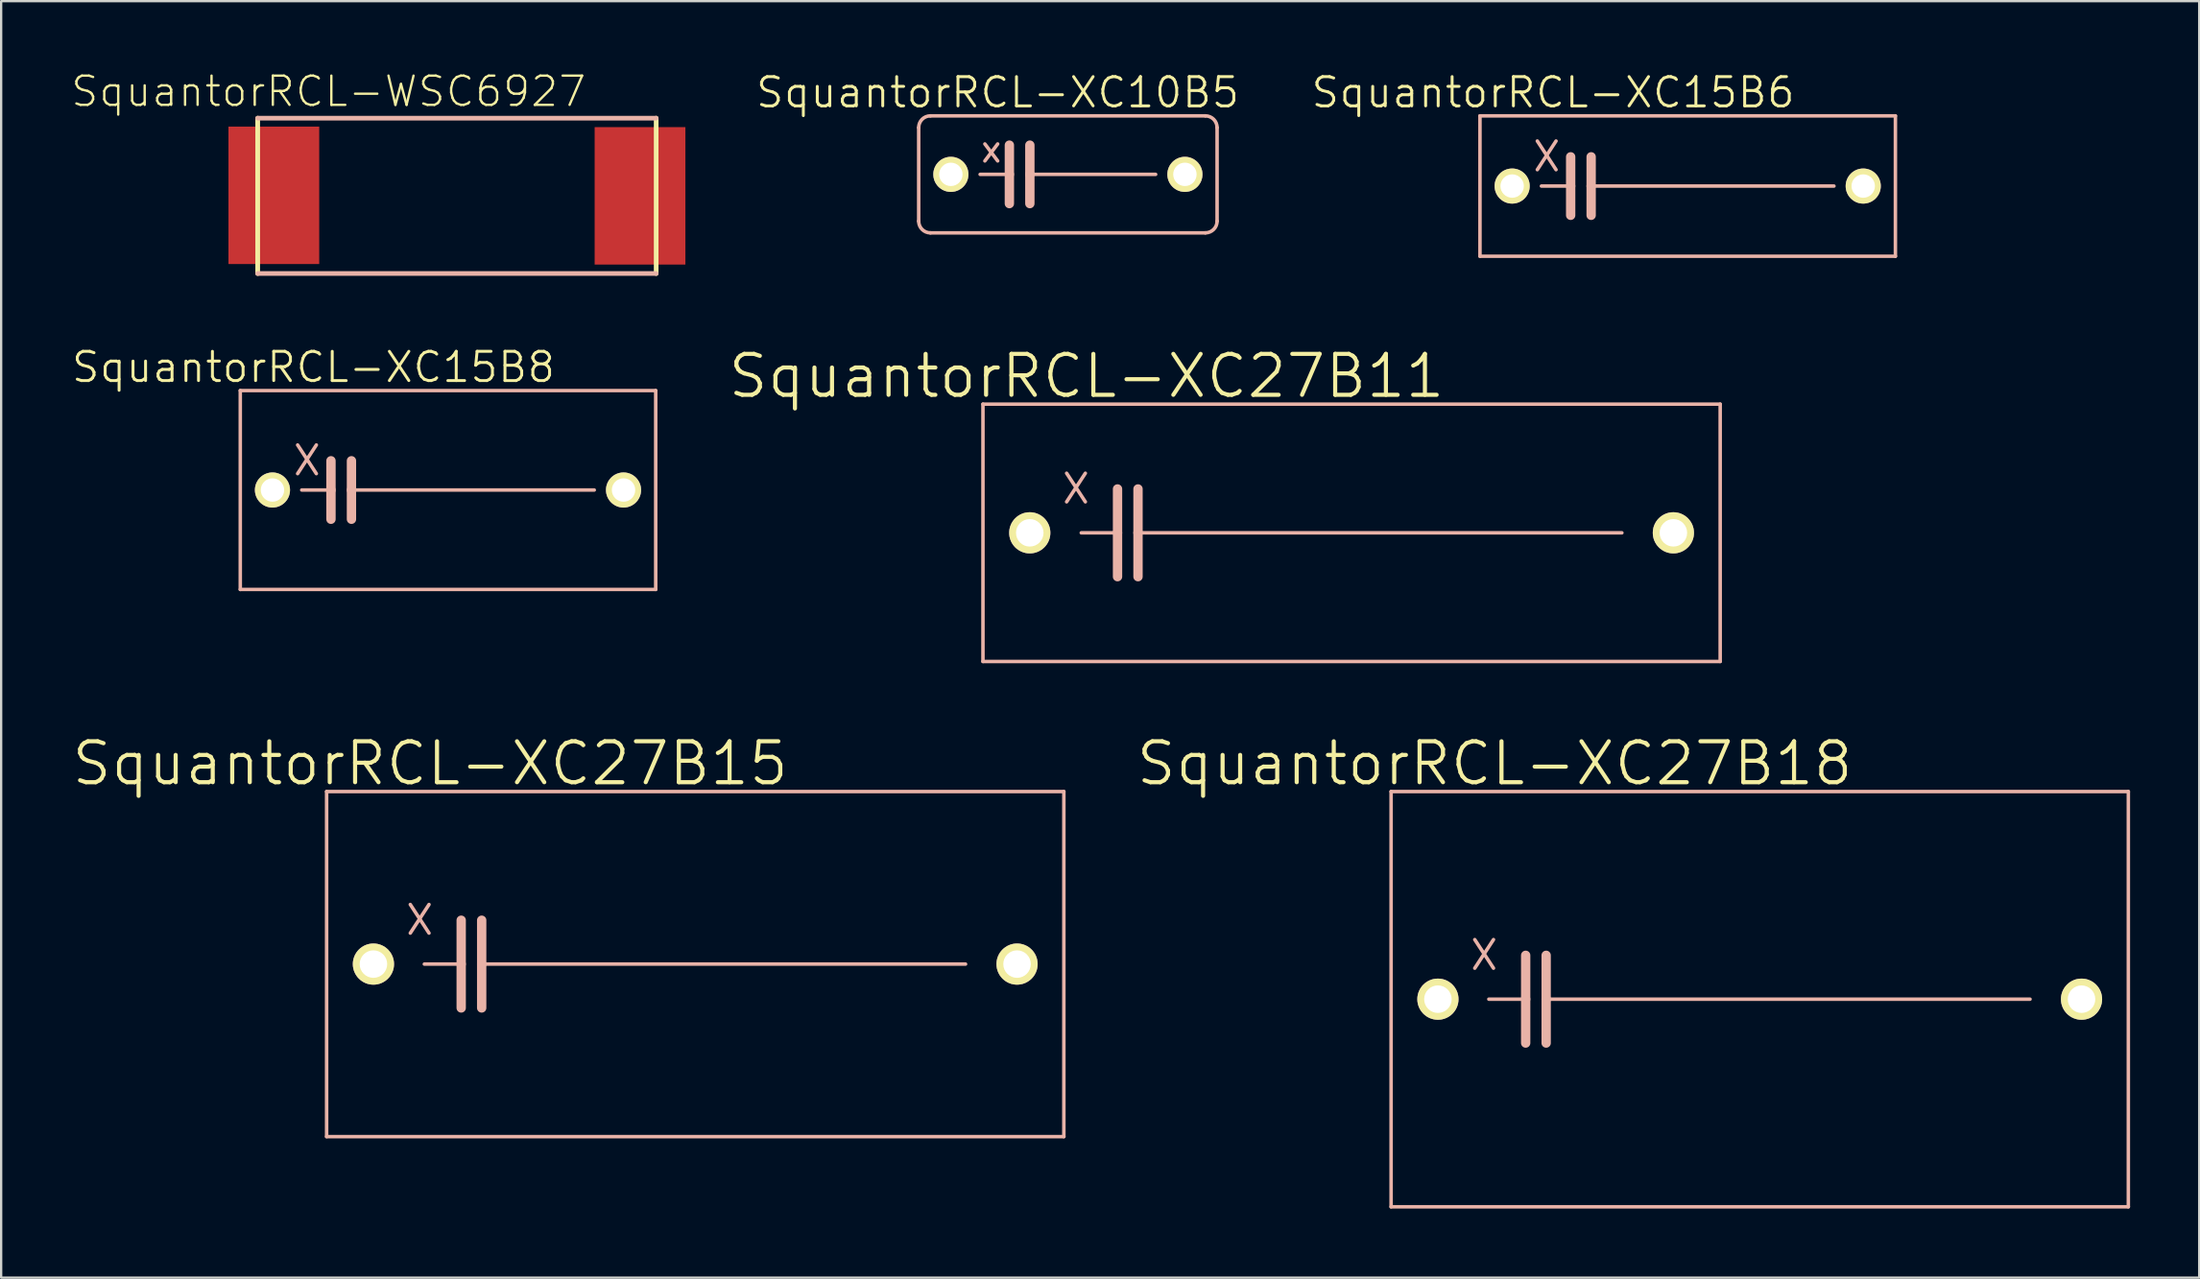
<source format=kicad_pcb>
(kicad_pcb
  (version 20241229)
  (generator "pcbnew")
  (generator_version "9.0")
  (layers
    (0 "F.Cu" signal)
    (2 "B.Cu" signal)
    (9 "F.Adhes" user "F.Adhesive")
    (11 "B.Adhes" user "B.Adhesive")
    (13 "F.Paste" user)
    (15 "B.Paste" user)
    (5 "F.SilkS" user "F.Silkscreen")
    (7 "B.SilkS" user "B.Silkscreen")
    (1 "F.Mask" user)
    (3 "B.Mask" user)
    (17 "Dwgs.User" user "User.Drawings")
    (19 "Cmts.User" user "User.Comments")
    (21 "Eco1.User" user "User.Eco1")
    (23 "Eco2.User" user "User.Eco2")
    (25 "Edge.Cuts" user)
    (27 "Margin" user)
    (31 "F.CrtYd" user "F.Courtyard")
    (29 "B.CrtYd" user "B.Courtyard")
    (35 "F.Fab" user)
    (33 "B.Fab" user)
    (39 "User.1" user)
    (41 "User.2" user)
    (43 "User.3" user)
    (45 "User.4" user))
  (footprint "SquantorRCL-XC10B5"
    (layer "F.Cu")
    (at 43.308 4.522)
    (property "Reference" "SquantorRCL-XC10B5" (at -3.048 -3.556 0) (layer "F.SilkS") (effects (font (size 1.27 1.27) (thickness 0.127))))
    (attr exclude_from_pos_files exclude_from_bom)
    (fp_line (start -6.477 2.032) (end -6.477 -2.032) (stroke (width 0.152) (type solid)) (layer "B.SilkS"))
    (fp_line (start -5.969 2.54) (end 5.969 2.54) (stroke (width 0.152) (type solid)) (layer "B.SilkS"))
    (fp_line (start -3.81 0) (end -2.54 0) (stroke (width 0.152) (type solid)) (layer "B.SilkS"))
    (fp_line (start -3.604 -1.321) (end -3.048 -0.584) (stroke (width 0.152) (type solid)) (layer "B.SilkS"))
    (fp_line (start -3.604 -0.584) (end -3.048 -1.321) (stroke (width 0.152) (type solid)) (layer "B.SilkS"))
    (fp_line (start -2.54 -1.27) (end -2.54 0) (stroke (width 0.406) (type solid)) (layer "B.SilkS"))
    (fp_line (start -2.54 0) (end -2.54 1.27) (stroke (width 0.406) (type solid)) (layer "B.SilkS"))
    (fp_line (start -1.651 -1.27) (end -1.651 0) (stroke (width 0.406) (type solid)) (layer "B.SilkS"))
    (fp_line (start -1.651 0) (end -1.651 1.27) (stroke (width 0.406) (type solid)) (layer "B.SilkS"))
    (fp_line (start 3.81 0) (end -1.651 0) (stroke (width 0.152) (type solid)) (layer "B.SilkS"))
    (fp_line (start 5.969 -2.54) (end -5.969 -2.54) (stroke (width 0.152) (type solid)) (layer "B.SilkS"))
    (fp_line (start 6.477 -2.032) (end 6.477 2.032) (stroke (width 0.152) (type solid)) (layer "B.SilkS"))
    (fp_arc (start -6.477 -2.032) (mid -6.32821 -2.39121) (end -5.969 -2.54) (stroke (width 0.1524) (type solid)) (layer "B.SilkS"))
    (fp_arc (start -5.969 2.54) (mid -6.32821 2.39121) (end -6.477 2.032) (stroke (width 0.1524) (type solid)) (layer "B.SilkS"))
    (fp_arc (start 5.969 -2.54) (mid 6.32821 -2.39121) (end 6.477 -2.032) (stroke (width 0.1524) (type solid)) (layer "B.SilkS"))
    (fp_arc (start 6.477 2.032) (mid 6.32821 2.39121) (end 5.969 2.54) (stroke (width 0.1524) (type solid)) (layer "B.SilkS"))
    (pad "1" thru_hole circle (at -5.08 0) (size 1.524 1.524) (drill 1.016) (layers "*.Cu" "F.Mask" "F.SilkS" "F.Paste"))
    (pad "2" thru_hole circle (at 5.08 0) (size 1.524 1.524) (drill 1.016) (layers "*.Cu" "F.Mask" "F.SilkS" "F.Paste")))
  (footprint "SquantorRCL-XC27B15"
    (layer "F.Cu")
    (at 27.131 38.818)
    (property "Reference" "SquantorRCL-XC27B15" (at -11.506 -8.712 0) (layer "F.SilkS") (effects (font (size 1.778 1.778) (thickness 0.178))))
    (attr exclude_from_pos_files exclude_from_bom)
    (fp_line (start -16.002 7.493) (end -16.002 -7.493) (stroke (width 0.152) (type solid)) (layer "B.SilkS"))
    (fp_line (start -16.002 7.493) (end 16.002 7.493) (stroke (width 0.152) (type solid)) (layer "B.SilkS"))
    (fp_line (start -12.37 -2.588) (end -11.557 -1.346) (stroke (width 0.152) (type solid)) (layer "B.SilkS"))
    (fp_line (start -12.37 -1.346) (end -11.557 -2.588) (stroke (width 0.152) (type solid)) (layer "B.SilkS"))
    (fp_line (start -11.76 0) (end -10.16 0) (stroke (width 0.152) (type solid)) (layer "B.SilkS"))
    (fp_line (start -10.16 -1.905) (end -10.16 0) (stroke (width 0.406) (type solid)) (layer "B.SilkS"))
    (fp_line (start -10.16 0) (end -10.16 1.905) (stroke (width 0.406) (type solid)) (layer "B.SilkS"))
    (fp_line (start -9.271 -1.905) (end -9.271 0) (stroke (width 0.406) (type solid)) (layer "B.SilkS"))
    (fp_line (start -9.271 0) (end -9.271 1.905) (stroke (width 0.406) (type solid)) (layer "B.SilkS"))
    (fp_line (start -9.271 0) (end 11.735 0) (stroke (width 0.152) (type solid)) (layer "B.SilkS"))
    (fp_line (start 16.002 -7.493) (end -16.002 -7.493) (stroke (width 0.152) (type solid)) (layer "B.SilkS"))
    (fp_line (start 16.002 -7.493) (end 16.002 7.493) (stroke (width 0.152) (type solid)) (layer "B.SilkS"))
    (pad "1" thru_hole circle (at -13.97 0) (size 1.788 1.788) (drill 1.194) (layers "*.Cu" "F.Mask" "F.SilkS" "F.Paste"))
    (pad "2" thru_hole circle (at 13.97 0) (size 1.788 1.788) (drill 1.194) (layers "*.Cu" "F.Mask" "F.SilkS" "F.Paste")))
  (footprint "SquantorRCL-XC27B11"
    (layer "F.Cu")
    (at 55.623 20.089)
    (property "Reference" "SquantorRCL-XC27B11" (at -11.506 -6.807 0) (layer "F.SilkS") (effects (font (size 1.778 1.778) (thickness 0.178))))
    (attr exclude_from_pos_files exclude_from_bom)
    (fp_line (start -16.002 5.588) (end -16.002 -5.588) (stroke (width 0.152) (type solid)) (layer "B.SilkS"))
    (fp_line (start -16.002 5.588) (end 16.002 5.588) (stroke (width 0.152) (type solid)) (layer "B.SilkS"))
    (fp_line (start -12.37 -2.588) (end -11.557 -1.346) (stroke (width 0.152) (type solid)) (layer "B.SilkS"))
    (fp_line (start -12.37 -1.346) (end -11.557 -2.588) (stroke (width 0.152) (type solid)) (layer "B.SilkS"))
    (fp_line (start -11.735 0) (end -10.16 0) (stroke (width 0.152) (type solid)) (layer "B.SilkS"))
    (fp_line (start -10.16 -1.905) (end -10.16 0) (stroke (width 0.406) (type solid)) (layer "B.SilkS"))
    (fp_line (start -10.16 0) (end -10.16 1.905) (stroke (width 0.406) (type solid)) (layer "B.SilkS"))
    (fp_line (start -9.271 -1.905) (end -9.271 0) (stroke (width 0.406) (type solid)) (layer "B.SilkS"))
    (fp_line (start -9.271 0) (end -9.271 1.905) (stroke (width 0.406) (type solid)) (layer "B.SilkS"))
    (fp_line (start -9.271 0) (end 11.735 0) (stroke (width 0.152) (type solid)) (layer "B.SilkS"))
    (fp_line (start 16.002 -5.588) (end -16.002 -5.588) (stroke (width 0.152) (type solid)) (layer "B.SilkS"))
    (fp_line (start 16.002 -5.588) (end 16.002 5.588) (stroke (width 0.152) (type solid)) (layer "B.SilkS"))
    (pad "1" thru_hole circle (at -13.97 0) (size 1.788 1.788) (drill 1.194) (layers "*.Cu" "F.Mask" "F.SilkS" "F.Paste"))
    (pad "2" thru_hole circle (at 13.97 0) (size 1.788 1.788) (drill 1.194) (layers "*.Cu" "F.Mask" "F.SilkS" "F.Paste")))
  (footprint "SquantorRCL-WSC6927"
    (layer "F.Cu")
    (at 16.786 5.455)
    (property "Reference" "SquantorRCL-WSC6927" (at -5.573 -4.534 0) (layer "F.SilkS") (effects (font (size 1.27 1.27) (thickness 0.102))))
    (attr smd)
    (fp_line (start -8.649 -3.373) (end -8.649 3.373) (stroke (width 0.203) (type solid)) (layer "F.SilkS"))
    (fp_line (start 8.649 3.373) (end 8.649 -3.373) (stroke (width 0.203) (type solid)) (layer "F.SilkS"))
    (fp_line (start -8.649 3.373) (end 8.649 3.373) (stroke (width 0.203) (type solid)) (layer "B.SilkS"))
    (fp_line (start 8.649 -3.373) (end -8.649 -3.373) (stroke (width 0.203) (type solid)) (layer "B.SilkS"))
    (pad "1" smd rect (at -7.948 -0.023) (size 3.94 5.969) (layers "F.Cu" "F.Mask" "F.Paste"))
    (pad "2" smd rect (at 7.948 0) (size 3.94 5.969) (layers "F.Cu" "F.Mask" "F.Paste")))
  (footprint "SquantorRCL-XC15B8"
    (layer "F.Cu")
    (at 16.398 18.23)
    (property "Reference" "SquantorRCL-XC15B8" (at -5.842 -5.334 0) (layer "F.SilkS") (effects (font (size 1.27 1.27) (thickness 0.127))))
    (attr exclude_from_pos_files exclude_from_bom)
    (fp_line (start -9.017 4.318) (end -9.017 -4.318) (stroke (width 0.152) (type solid)) (layer "B.SilkS"))
    (fp_line (start -9.017 4.318) (end 9.017 4.318) (stroke (width 0.152) (type solid)) (layer "B.SilkS"))
    (fp_line (start -6.528 -1.956) (end -5.715 -0.711) (stroke (width 0.152) (type solid)) (layer "B.SilkS"))
    (fp_line (start -6.528 -0.711) (end -5.715 -1.956) (stroke (width 0.152) (type solid)) (layer "B.SilkS"))
    (fp_line (start -6.35 0) (end -5.08 0) (stroke (width 0.152) (type solid)) (layer "B.SilkS"))
    (fp_line (start -5.08 -1.27) (end -5.08 0) (stroke (width 0.406) (type solid)) (layer "B.SilkS"))
    (fp_line (start -5.08 0) (end -5.08 1.27) (stroke (width 0.406) (type solid)) (layer "B.SilkS"))
    (fp_line (start -4.191 -1.27) (end -4.191 0) (stroke (width 0.406) (type solid)) (layer "B.SilkS"))
    (fp_line (start -4.191 0) (end -4.191 1.27) (stroke (width 0.406) (type solid)) (layer "B.SilkS"))
    (fp_line (start 6.35 0) (end -4.191 0) (stroke (width 0.152) (type solid)) (layer "B.SilkS"))
    (fp_line (start 9.017 -4.318) (end -9.017 -4.318) (stroke (width 0.152) (type solid)) (layer "B.SilkS"))
    (fp_line (start 9.017 -4.318) (end 9.017 4.318) (stroke (width 0.152) (type solid)) (layer "B.SilkS"))
    (pad "1" thru_hole circle (at -7.62 0) (size 1.524 1.524) (drill 1.016) (layers "*.Cu" "F.Mask" "F.SilkS" "F.Paste"))
    (pad "2" thru_hole circle (at 7.62 0) (size 1.524 1.524) (drill 1.016) (layers "*.Cu" "F.Mask" "F.SilkS" "F.Paste")))
  (footprint "SquantorRCL-XC15B6"
    (layer "F.Cu")
    (at 70.214 5.03)
    (property "Reference" "SquantorRCL-XC15B6" (at -5.842 -4.064 0) (layer "F.SilkS") (effects (font (size 1.27 1.27) (thickness 0.127))))
    (attr exclude_from_pos_files exclude_from_bom)
    (fp_line (start -9.017 3.048) (end -9.017 -3.048) (stroke (width 0.152) (type solid)) (layer "B.SilkS"))
    (fp_line (start -9.017 3.048) (end 9.017 3.048) (stroke (width 0.152) (type solid)) (layer "B.SilkS"))
    (fp_line (start -6.528 -1.956) (end -5.715 -0.711) (stroke (width 0.152) (type solid)) (layer "B.SilkS"))
    (fp_line (start -6.528 -0.711) (end -5.715 -1.956) (stroke (width 0.152) (type solid)) (layer "B.SilkS"))
    (fp_line (start -6.35 0) (end -5.08 0) (stroke (width 0.152) (type solid)) (layer "B.SilkS"))
    (fp_line (start -5.08 -1.27) (end -5.08 0) (stroke (width 0.406) (type solid)) (layer "B.SilkS"))
    (fp_line (start -5.08 0) (end -5.08 1.27) (stroke (width 0.406) (type solid)) (layer "B.SilkS"))
    (fp_line (start -4.191 -1.27) (end -4.191 0) (stroke (width 0.406) (type solid)) (layer "B.SilkS"))
    (fp_line (start -4.191 0) (end -4.191 1.27) (stroke (width 0.406) (type solid)) (layer "B.SilkS"))
    (fp_line (start 6.35 0) (end -4.191 0) (stroke (width 0.152) (type solid)) (layer "B.SilkS"))
    (fp_line (start 9.017 -3.048) (end -9.017 -3.048) (stroke (width 0.152) (type solid)) (layer "B.SilkS"))
    (fp_line (start 9.017 -3.048) (end 9.017 3.048) (stroke (width 0.152) (type solid)) (layer "B.SilkS"))
    (pad "1" thru_hole circle (at -7.62 0) (size 1.524 1.524) (drill 1.016) (layers "*.Cu" "F.Mask" "F.SilkS" "F.Paste"))
    (pad "2" thru_hole circle (at 7.62 0) (size 1.524 1.524) (drill 1.016) (layers "*.Cu" "F.Mask" "F.SilkS" "F.Paste")))
  (footprint "SquantorRCL-XC27B18"
    (layer "F.Cu")
    (at 73.341 40.342)
    (property "Reference" "SquantorRCL-XC27B18" (at -11.506 -10.236 0) (layer "F.SilkS") (effects (font (size 1.778 1.778) (thickness 0.178))))
    (attr exclude_from_pos_files exclude_from_bom)
    (fp_line (start -16.002 9.017) (end -16.002 -9.017) (stroke (width 0.152) (type solid)) (layer "B.SilkS"))
    (fp_line (start -16.002 9.017) (end 16.002 9.017) (stroke (width 0.152) (type solid)) (layer "B.SilkS"))
    (fp_line (start -12.37 -2.588) (end -11.557 -1.346) (stroke (width 0.152) (type solid)) (layer "B.SilkS"))
    (fp_line (start -12.37 -1.346) (end -11.557 -2.588) (stroke (width 0.152) (type solid)) (layer "B.SilkS"))
    (fp_line (start -11.76 0) (end -10.16 0) (stroke (width 0.152) (type solid)) (layer "B.SilkS"))
    (fp_line (start -10.16 -1.905) (end -10.16 0) (stroke (width 0.406) (type solid)) (layer "B.SilkS"))
    (fp_line (start -10.16 0) (end -10.16 1.905) (stroke (width 0.406) (type solid)) (layer "B.SilkS"))
    (fp_line (start -9.271 -1.905) (end -9.271 0) (stroke (width 0.406) (type solid)) (layer "B.SilkS"))
    (fp_line (start -9.271 0) (end -9.271 1.905) (stroke (width 0.406) (type solid)) (layer "B.SilkS"))
    (fp_line (start -9.271 0) (end 11.735 0) (stroke (width 0.152) (type solid)) (layer "B.SilkS"))
    (fp_line (start 16.002 -9.017) (end -16.002 -9.017) (stroke (width 0.152) (type solid)) (layer "B.SilkS"))
    (fp_line (start 16.002 -9.017) (end 16.002 9.017) (stroke (width 0.152) (type solid)) (layer "B.SilkS"))
    (pad "1" thru_hole circle (at -13.97 0) (size 1.788 1.788) (drill 1.194) (layers "*.Cu" "F.Mask" "F.SilkS" "F.Paste"))
    (pad "2" thru_hole circle (at 13.97 0) (size 1.788 1.788) (drill 1.194) (layers "*.Cu" "F.Mask" "F.SilkS" "F.Paste")))
  (gr_rect
    (start -3 -3)
    (end 92.419 52.435)
    (stroke (width 0.1) (type default))
    (fill no)
    (layer "Edge.Cuts")))
</source>
